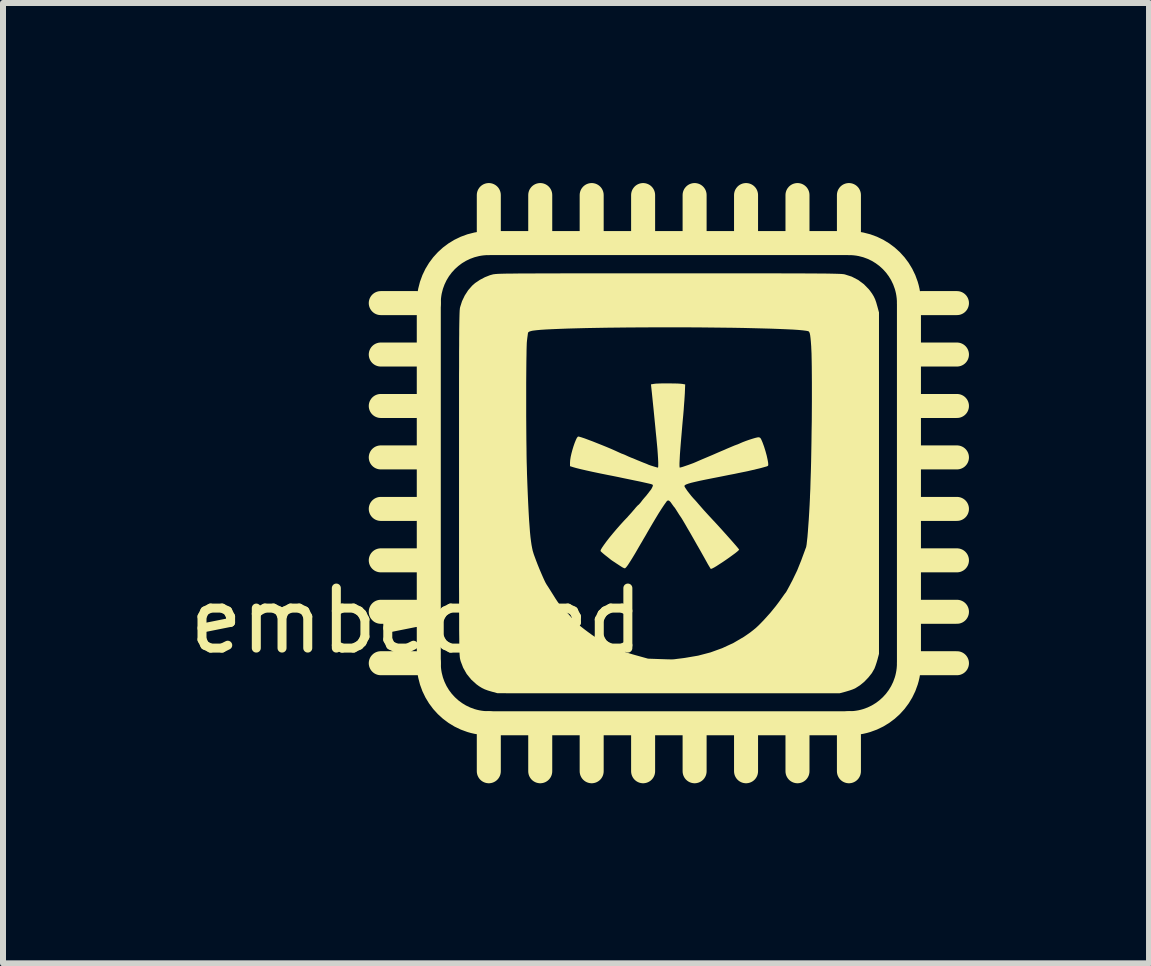
<source format=kicad_pcb>
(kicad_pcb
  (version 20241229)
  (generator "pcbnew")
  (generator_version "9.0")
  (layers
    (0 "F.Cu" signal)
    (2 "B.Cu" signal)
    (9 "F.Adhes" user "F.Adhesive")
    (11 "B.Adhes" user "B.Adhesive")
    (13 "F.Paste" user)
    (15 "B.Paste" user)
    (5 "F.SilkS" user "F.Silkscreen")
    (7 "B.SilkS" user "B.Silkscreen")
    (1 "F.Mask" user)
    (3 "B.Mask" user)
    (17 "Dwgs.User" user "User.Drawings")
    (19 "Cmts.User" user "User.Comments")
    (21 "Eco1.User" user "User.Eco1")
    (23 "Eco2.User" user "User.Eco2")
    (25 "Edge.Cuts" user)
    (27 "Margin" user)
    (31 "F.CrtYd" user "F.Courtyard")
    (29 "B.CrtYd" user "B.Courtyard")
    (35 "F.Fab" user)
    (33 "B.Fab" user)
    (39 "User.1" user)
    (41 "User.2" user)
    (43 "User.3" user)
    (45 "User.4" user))
  (footprint "embedded"
    (layer "F.Cu")
    (at 8.094 5)
    (property "Reference" "embedded" (at -4.207 2.293 0) (unlocked yes) (layer "F.SilkS") (effects (font (size 1 1) (thickness 0.15))))
    (attr board_only exclude_from_pos_files exclude_from_bom)
    (fp_line (start -4.8 -3) (end -4.2 -3) (stroke (width 0.4) (type solid)) (layer "F.SilkS"))
    (fp_line (start -4.8 -2.143) (end -4.2 -2.143) (stroke (width 0.4) (type solid)) (layer "F.SilkS"))
    (fp_line (start -4.8 -1.286) (end -4.2 -1.286) (stroke (width 0.4) (type solid)) (layer "F.SilkS"))
    (fp_line (start -4.8 -0.429) (end -4.2 -0.429) (stroke (width 0.4) (type solid)) (layer "F.SilkS"))
    (fp_line (start -4.8 0.429) (end -4.2 0.429) (stroke (width 0.4) (type solid)) (layer "F.SilkS"))
    (fp_line (start -4.8 1.286) (end -4.2 1.286) (stroke (width 0.4) (type solid)) (layer "F.SilkS"))
    (fp_line (start -4.8 2.143) (end -4.2 2.143) (stroke (width 0.4) (type solid)) (layer "F.SilkS"))
    (fp_line (start -4.8 3) (end -4.2 3) (stroke (width 0.4) (type solid)) (layer "F.SilkS"))
    (fp_line (start -4 -3) (end -4 3) (stroke (width 0.4) (type solid)) (layer "F.SilkS"))
    (fp_line (start -3 4) (end 3 4) (stroke (width 0.4) (type solid)) (layer "F.SilkS"))
    (fp_line (start -3 4.8) (end -3 4.2) (stroke (width 0.4) (type solid)) (layer "F.SilkS"))
    (fp_line (start -3 -4.8) (end -3 -4.2) (stroke (width 0.4) (type solid)) (layer "F.SilkS"))
    (fp_line (start -2.143 4.8) (end -2.143 4.2) (stroke (width 0.4) (type solid)) (layer "F.SilkS"))
    (fp_line (start -2.143 -4.8) (end -2.143 -4.2) (stroke (width 0.4) (type solid)) (layer "F.SilkS"))
    (fp_line (start -1.286 4.8) (end -1.286 4.2) (stroke (width 0.4) (type solid)) (layer "F.SilkS"))
    (fp_line (start -1.286 -4.8) (end -1.286 -4.2) (stroke (width 0.4) (type solid)) (layer "F.SilkS"))
    (fp_line (start -0.429 4.8) (end -0.429 4.2) (stroke (width 0.4) (type solid)) (layer "F.SilkS"))
    (fp_line (start -0.429 -4.8) (end -0.429 -4.2) (stroke (width 0.4) (type solid)) (layer "F.SilkS"))
    (fp_line (start 0.429 4.8) (end 0.429 4.2) (stroke (width 0.4) (type solid)) (layer "F.SilkS"))
    (fp_line (start 0.429 -4.8) (end 0.429 -4.2) (stroke (width 0.4) (type solid)) (layer "F.SilkS"))
    (fp_line (start 1.286 4.8) (end 1.286 4.2) (stroke (width 0.4) (type solid)) (layer "F.SilkS"))
    (fp_line (start 1.286 -4.8) (end 1.286 -4.2) (stroke (width 0.4) (type solid)) (layer "F.SilkS"))
    (fp_line (start 2.143 4.8) (end 2.143 4.2) (stroke (width 0.4) (type solid)) (layer "F.SilkS"))
    (fp_line (start 2.143 -4.8) (end 2.143 -4.2) (stroke (width 0.4) (type solid)) (layer "F.SilkS"))
    (fp_line (start 3 -4.8) (end 3 -4.2) (stroke (width 0.4) (type solid)) (layer "F.SilkS"))
    (fp_line (start 3 -4) (end -3 -4) (stroke (width 0.4) (type solid)) (layer "F.SilkS"))
    (fp_line (start 3 4.8) (end 3 4.2) (stroke (width 0.4) (type solid)) (layer "F.SilkS"))
    (fp_line (start 4 3) (end 4 -3) (stroke (width 0.4) (type solid)) (layer "F.SilkS"))
    (fp_line (start 4.8 -3) (end 4.2 -3) (stroke (width 0.4) (type solid)) (layer "F.SilkS"))
    (fp_line (start 4.8 -2.143) (end 4.2 -2.143) (stroke (width 0.4) (type solid)) (layer "F.SilkS"))
    (fp_line (start 4.8 -1.286) (end 4.2 -1.286) (stroke (width 0.4) (type solid)) (layer "F.SilkS"))
    (fp_line (start 4.8 -0.429) (end 4.2 -0.429) (stroke (width 0.4) (type solid)) (layer "F.SilkS"))
    (fp_line (start 4.8 0.429) (end 4.2 0.429) (stroke (width 0.4) (type solid)) (layer "F.SilkS"))
    (fp_line (start 4.8 1.286) (end 4.2 1.286) (stroke (width 0.4) (type solid)) (layer "F.SilkS"))
    (fp_line (start 4.8 2.143) (end 4.2 2.143) (stroke (width 0.4) (type solid)) (layer "F.SilkS"))
    (fp_line (start 4.8 3) (end 4.2 3) (stroke (width 0.4) (type solid)) (layer "F.SilkS"))
    (fp_arc (start -4 -2.999991) (mid -3.707108 -3.707096) (end -3.000003 -3.999988) (stroke (width 0.4) (type solid)) (layer "F.SilkS"))
    (fp_arc (start -3.000003 4.000006) (mid -3.707108 3.707114) (end -4 3.000009) (stroke (width 0.4) (type solid)) (layer "F.SilkS"))
    (fp_arc (start 3 -3.999991) (mid 3.707105 -3.707099) (end 3.999997 -2.999994) (stroke (width 0.4) (type solid)) (layer "F.SilkS"))
    (fp_arc (start 3.999997 3) (mid 3.707105 3.707105) (end 3 3.999997) (stroke (width 0.4) (type solid)) (layer "F.SilkS"))
    (fp_poly (pts (xy 0.019 -1.662) (xy 0.084 -1.661) (xy 0.143 -1.66) (xy 0.19 -1.657) (xy 0.222 -1.654) (xy 0.222 -1.654) (xy 0.272 -1.645) (xy 0.266 -1.493) (xy 0.263 -1.447) (xy 0.259 -1.383) (xy 0.253 -1.307) (xy 0.247 -1.22) (xy 0.239 -1.127) (xy 0.23 -1.031) (xy 0.223 -0.952) (xy 0.211 -0.811) (xy 0.2 -0.683) (xy 0.191 -0.571) (xy 0.184 -0.475) (xy 0.18 -0.395) (xy 0.177 -0.333) (xy 0.177 -0.289) (xy 0.179 -0.264) (xy 0.182 -0.259) (xy 0.2 -0.263) (xy 0.232 -0.272) (xy 0.273 -0.286) (xy 0.32 -0.302) (xy 0.367 -0.319) (xy 0.41 -0.335) (xy 0.443 -0.349) (xy 0.451 -0.352) (xy 0.466 -0.359) (xy 0.498 -0.373) (xy 0.542 -0.392) (xy 0.594 -0.414) (xy 0.653 -0.439) (xy 0.653 -0.439) (xy 0.722 -0.468) (xy 0.795 -0.5) (xy 0.867 -0.531) (xy 0.931 -0.558) (xy 0.964 -0.573) (xy 1.014 -0.594) (xy 1.059 -0.613) (xy 1.095 -0.628) (xy 1.117 -0.636) (xy 1.119 -0.637) (xy 1.145 -0.646) (xy 1.178 -0.66) (xy 1.186 -0.664) (xy 1.23 -0.683) (xy 1.282 -0.703) (xy 1.336 -0.722) (xy 1.389 -0.739) (xy 1.436 -0.753) (xy 1.473 -0.762) (xy 1.495 -0.765) (xy 1.496 -0.764) (xy 1.512 -0.761) (xy 1.524 -0.753) (xy 1.536 -0.735) (xy 1.55 -0.704) (xy 1.561 -0.678) (xy 1.586 -0.61) (xy 1.609 -0.536) (xy 1.63 -0.46) (xy 1.645 -0.391) (xy 1.653 -0.347) (xy 1.656 -0.315) (xy 1.655 -0.296) (xy 1.647 -0.286) (xy 1.63 -0.279) (xy 1.609 -0.273) (xy 1.573 -0.263) (xy 1.526 -0.25) (xy 1.472 -0.237) (xy 1.455 -0.233) (xy 1.421 -0.224) (xy 1.387 -0.217) (xy 1.352 -0.209) (xy 1.314 -0.2) (xy 1.271 -0.191) (xy 1.221 -0.181) (xy 1.162 -0.169) (xy 1.091 -0.154) (xy 1.007 -0.138) (xy 0.908 -0.118) (xy 0.792 -0.095) (xy 0.73 -0.083) (xy 0.615 -0.06) (xy 0.518 -0.04) (xy 0.439 -0.022) (xy 0.376 -0.007) (xy 0.328 0.007) (xy 0.294 0.019) (xy 0.272 0.03) (xy 0.261 0.041) (xy 0.259 0.048) (xy 0.265 0.064) (xy 0.283 0.092) (xy 0.308 0.129) (xy 0.34 0.17) (xy 0.373 0.212) (xy 0.407 0.251) (xy 0.42 0.265) (xy 0.437 0.283) (xy 0.463 0.312) (xy 0.492 0.346) (xy 0.499 0.354) (xy 0.581 0.448) (xy 0.665 0.54) (xy 0.731 0.611) (xy 0.773 0.656) (xy 0.82 0.707) (xy 0.871 0.763) (xy 0.923 0.821) (xy 0.974 0.878) (xy 1.024 0.934) (xy 1.069 0.985) (xy 1.108 1.03) (xy 1.139 1.066) (xy 1.16 1.092) (xy 1.17 1.106) (xy 1.171 1.107) (xy 1.162 1.119) (xy 1.139 1.14) (xy 1.104 1.168) (xy 1.059 1.201) (xy 1.008 1.238) (xy 0.954 1.276) (xy 0.898 1.314) (xy 0.844 1.349) (xy 0.795 1.381) (xy 0.753 1.406) (xy 0.721 1.422) (xy 0.701 1.429) (xy 0.7 1.43) (xy 0.693 1.421) (xy 0.679 1.398) (xy 0.659 1.365) (xy 0.644 1.339) (xy 0.601 1.261) (xy 0.556 1.181) (xy 0.511 1.101) (xy 0.467 1.025) (xy 0.427 0.954) (xy 0.391 0.891) (xy 0.362 0.84) (xy 0.34 0.802) (xy 0.331 0.787) (xy 0.307 0.746) (xy 0.279 0.697) (xy 0.255 0.656) (xy 0.232 0.617) (xy 0.21 0.581) (xy 0.193 0.556) (xy 0.192 0.554) (xy 0.174 0.528) (xy 0.152 0.493) (xy 0.135 0.466) (xy 0.116 0.436) (xy 0.101 0.413) (xy 0.094 0.404) (xy 0.084 0.393) (xy 0.068 0.371) (xy 0.053 0.35) (xy 0.025 0.311) (xy 0.002 0.291) (xy -0.017 0.288) (xy -0.035 0.301) (xy -0.038 0.305) (xy -0.078 0.361) (xy -0.122 0.427) (xy -0.171 0.504) (xy -0.226 0.595) (xy -0.289 0.701) (xy -0.36 0.823) (xy -0.366 0.834) (xy -0.39 0.876) (xy -0.415 0.918) (xy -0.435 0.952) (xy -0.435 0.953) (xy -0.455 0.987) (xy -0.48 1.029) (xy -0.502 1.067) (xy -0.558 1.164) (xy -0.608 1.247) (xy -0.65 1.314) (xy -0.684 1.366) (xy -0.71 1.4) (xy -0.728 1.417) (xy -0.733 1.419) (xy -0.751 1.414) (xy -0.775 1.402) (xy -0.808 1.381) (xy -0.846 1.356) (xy -0.886 1.33) (xy -0.922 1.306) (xy -0.949 1.288) (xy -0.963 1.278) (xy -0.978 1.266) (xy -1.004 1.245) (xy -1.038 1.218) (xy -1.059 1.202) (xy -1.093 1.174) (xy -1.12 1.15) (xy -1.136 1.134) (xy -1.139 1.129) (xy -1.133 1.108) (xy -1.113 1.074) (xy -1.082 1.029) (xy -1.042 0.974) (xy -0.994 0.912) (xy -0.939 0.845) (xy -0.879 0.774) (xy -0.816 0.702) (xy -0.751 0.63) (xy -0.685 0.561) (xy -0.685 0.56) (xy -0.657 0.529) (xy -0.622 0.49) (xy -0.587 0.449) (xy -0.577 0.438) (xy -0.55 0.405) (xy -0.527 0.38) (xy -0.512 0.365) (xy -0.508 0.363) (xy -0.499 0.355) (xy -0.481 0.335) (xy -0.463 0.313) (xy -0.438 0.28) (xy -0.413 0.25) (xy -0.4 0.235) (xy -0.377 0.209) (xy -0.352 0.177) (xy -0.345 0.169) (xy -0.327 0.144) (xy -0.314 0.128) (xy -0.311 0.124) (xy -0.296 0.105) (xy -0.281 0.078) (xy -0.269 0.051) (xy -0.267 0.045) (xy -0.267 0.031) (xy -0.277 0.022) (xy -0.302 0.014) (xy -0.31 0.012) (xy -0.349 0.003) (xy -0.407 -0.01) (xy -0.478 -0.026) (xy -0.562 -0.043) (xy -0.653 -0.062) (xy -0.75 -0.082) (xy -0.849 -0.103) (xy -0.948 -0.123) (xy -1.01 -0.135) (xy -1.149 -0.163) (xy -1.273 -0.189) (xy -1.381 -0.213) (xy -1.472 -0.234) (xy -1.544 -0.252) (xy -1.593 -0.266) (xy -1.647 -0.283) (xy -1.647 -0.342) (xy -1.644 -0.385) (xy -1.636 -0.437) (xy -1.623 -0.495) (xy -1.607 -0.555) (xy -1.589 -0.614) (xy -1.57 -0.669) (xy -1.551 -0.716) (xy -1.534 -0.752) (xy -1.518 -0.773) (xy -1.51 -0.777) (xy -1.489 -0.773) (xy -1.452 -0.762) (xy -1.401 -0.745) (xy -1.34 -0.722) (xy -1.27 -0.696) (xy -1.195 -0.666) (xy -1.117 -0.635) (xy -1.038 -0.603) (xy -0.962 -0.571) (xy -0.892 -0.54) (xy -0.842 -0.517) (xy -0.809 -0.502) (xy -0.784 -0.491) (xy -0.772 -0.487) (xy -0.772 -0.487) (xy -0.761 -0.483) (xy -0.736 -0.473) (xy -0.712 -0.462) (xy -0.669 -0.442) (xy -0.621 -0.422) (xy -0.601 -0.415) (xy -0.561 -0.398) (xy -0.521 -0.381) (xy -0.503 -0.374) (xy -0.467 -0.359) (xy -0.425 -0.342) (xy -0.409 -0.336) (xy -0.378 -0.324) (xy -0.354 -0.314) (xy -0.347 -0.31) (xy -0.333 -0.305) (xy -0.306 -0.295) (xy -0.271 -0.284) (xy -0.235 -0.273) (xy -0.204 -0.264) (xy -0.185 -0.259) (xy -0.182 -0.259) (xy -0.178 -0.269) (xy -0.177 -0.298) (xy -0.177 -0.346) (xy -0.18 -0.41) (xy -0.185 -0.49) (xy -0.191 -0.573) (xy -0.195 -0.617) (xy -0.201 -0.679) (xy -0.208 -0.755) (xy -0.217 -0.842) (xy -0.226 -0.937) (xy -0.236 -1.038) (xy -0.246 -1.14) (xy -0.256 -1.241) (xy -0.266 -1.338) (xy -0.275 -1.427) (xy -0.283 -1.505) (xy -0.29 -1.57) (xy -0.294 -1.608) (xy -0.298 -1.646) (xy -0.25 -1.654) (xy -0.219 -1.658) (xy -0.173 -1.66) (xy -0.114 -1.662) (xy -0.049 -1.662)) (stroke (width 0) (type solid)) (fill yes) (layer "F.SilkS"))
    (fp_poly (pts (xy 0.288 -3.496) (xy 0.556 -3.496) (xy 0.805 -3.496) (xy 1.035 -3.496) (xy 1.248 -3.496) (xy 1.443 -3.496) (xy 1.623 -3.496) (xy 1.786 -3.496) (xy 1.935 -3.495) (xy 2.07 -3.495) (xy 2.192 -3.495) (xy 2.301 -3.494) (xy 2.398 -3.494) (xy 2.484 -3.493) (xy 2.56 -3.493) (xy 2.626 -3.492) (xy 2.683 -3.491) (xy 2.732 -3.49) (xy 2.774 -3.489) (xy 2.809 -3.488) (xy 2.838 -3.487) (xy 2.862 -3.486) (xy 2.882 -3.485) (xy 2.898 -3.483) (xy 2.911 -3.482) (xy 2.922 -3.48) (xy 2.931 -3.478) (xy 2.935 -3.477) (xy 3.047 -3.441) (xy 3.153 -3.386) (xy 3.249 -3.315) (xy 3.331 -3.231) (xy 3.351 -3.206) (xy 3.387 -3.156) (xy 3.414 -3.111) (xy 3.436 -3.065) (xy 3.455 -3.011) (xy 3.474 -2.944) (xy 3.475 -2.941) (xy 3.501 -2.844) (xy 3.501 2.844) (xy 3.475 2.942) (xy 3.46 2.992) (xy 3.444 3.04) (xy 3.429 3.08) (xy 3.424 3.092) (xy 3.382 3.165) (xy 3.324 3.238) (xy 3.257 3.308) (xy 3.184 3.368) (xy 3.11 3.415) (xy 3.092 3.424) (xy 3.058 3.438) (xy 3.012 3.454) (xy 2.962 3.469) (xy 2.942 3.475) (xy 2.844 3.501) (xy -0.005 3.501) (xy -2.854 3.5) (xy -2.946 3.475) (xy -3.014 3.455) (xy -3.068 3.435) (xy -3.115 3.412) (xy -3.162 3.383) (xy -3.206 3.351) (xy -3.293 3.272) (xy -3.368 3.18) (xy -3.427 3.076) (xy -3.469 2.966) (xy -3.477 2.935) (xy -3.479 2.926) (xy -3.481 2.916) (xy -3.482 2.905) (xy -3.484 2.89) (xy -3.485 2.873) (xy -3.487 2.851) (xy -3.488 2.825) (xy -3.489 2.793) (xy -3.49 2.754) (xy -3.491 2.709) (xy -3.492 2.656) (xy -3.492 2.595) (xy -3.493 2.524) (xy -3.494 2.443) (xy -3.494 2.351) (xy -3.494 2.248) (xy -3.495 2.133) (xy -3.495 2.005) (xy -3.495 1.863) (xy -3.496 1.707) (xy -3.496 1.536) (xy -3.496 1.349) (xy -3.496 1.145) (xy -3.496 0.924) (xy -3.496 0.684) (xy -3.496 0.426) (xy -3.496 0.148) (xy -3.496 0) (xy -3.496 -0.288) (xy -3.496 -0.556) (xy -3.496 -0.805) (xy -3.496 -1.035) (xy -3.496 -1.248) (xy -3.496 -1.403) (xy -2.377 -1.403) (xy -2.377 -1.262) (xy -2.377 -1.12) (xy -2.376 -0.979) (xy -2.375 -0.841) (xy -2.374 -0.707) (xy -2.372 -0.58) (xy -2.371 -0.462) (xy -2.369 -0.353) (xy -2.366 -0.256) (xy -2.364 -0.173) (xy -2.364 -0.166) (xy -2.357 0.027) (xy -2.35 0.199) (xy -2.343 0.354) (xy -2.336 0.491) (xy -2.329 0.613) (xy -2.321 0.72) (xy -2.314 0.814) (xy -2.306 0.896) (xy -2.297 0.967) (xy -2.288 1.029) (xy -2.278 1.082) (xy -2.268 1.128) (xy -2.263 1.144) (xy -2.251 1.184) (xy -2.232 1.236) (xy -2.209 1.298) (xy -2.183 1.365) (xy -2.155 1.434) (xy -2.126 1.502) (xy -2.099 1.564) (xy -2.075 1.617) (xy -2.055 1.658) (xy -2.041 1.683) (xy -2.026 1.706) (xy -2.002 1.743) (xy -1.973 1.789) (xy -1.941 1.84) (xy -1.922 1.87) (xy -1.891 1.92) (xy -1.862 1.964) (xy -1.837 2) (xy -1.82 2.023) (xy -1.814 2.03) (xy -1.801 2.043) (xy -1.778 2.068) (xy -1.745 2.103) (xy -1.706 2.146) (xy -1.663 2.193) (xy -1.659 2.198) (xy -1.605 2.257) (xy -1.559 2.305) (xy -1.515 2.347) (xy -1.468 2.387) (xy -1.414 2.43) (xy -1.354 2.475) (xy -1.291 2.521) (xy -1.237 2.559) (xy -1.186 2.592) (xy -1.133 2.623) (xy -1.073 2.655) (xy -1.001 2.692) (xy -0.979 2.703) (xy -0.906 2.738) (xy -0.847 2.766) (xy -0.795 2.789) (xy -0.746 2.808) (xy -0.693 2.825) (xy -0.632 2.844) (xy -0.559 2.865) (xy -0.347 2.924) (xy -0.15 2.931) (xy -0.086 2.933) (xy -0.028 2.935) (xy 0.022 2.936) (xy 0.058 2.936) (xy 0.078 2.935) (xy 0.098 2.933) (xy 0.135 2.928) (xy 0.184 2.922) (xy 0.241 2.915) (xy 0.275 2.91) (xy 0.487 2.874) (xy 0.693 2.82) (xy 0.889 2.749) (xy 1.075 2.663) (xy 1.249 2.561) (xy 1.296 2.529) (xy 1.356 2.487) (xy 1.406 2.448) (xy 1.452 2.41) (xy 1.498 2.367) (xy 1.549 2.315) (xy 1.589 2.273) (xy 1.69 2.161) (xy 1.782 2.048) (xy 1.837 1.975) (xy 1.871 1.927) (xy 1.901 1.885) (xy 1.925 1.851) (xy 1.941 1.83) (xy 1.947 1.823) (xy 1.954 1.813) (xy 1.969 1.787) (xy 1.99 1.748) (xy 2.016 1.7) (xy 2.045 1.644) (xy 2.052 1.632) (xy 2.137 1.456) (xy 2.206 1.285) (xy 2.212 1.268) (xy 2.233 1.211) (xy 2.252 1.16) (xy 2.267 1.119) (xy 2.277 1.091) (xy 2.282 1.08) (xy 2.288 1.061) (xy 2.295 1.023) (xy 2.301 0.968) (xy 2.309 0.897) (xy 2.316 0.812) (xy 2.323 0.715) (xy 2.331 0.607) (xy 2.338 0.491) (xy 2.345 0.367) (xy 2.351 0.238) (xy 2.351 0.223) (xy 2.357 0.095) (xy 2.361 -0.046) (xy 2.366 -0.196) (xy 2.37 -0.354) (xy 2.373 -0.519) (xy 2.376 -0.688) (xy 2.378 -0.858) (xy 2.381 -1.029) (xy 2.382 -1.198) (xy 2.383 -1.364) (xy 2.383 -1.523) (xy 2.383 -1.674) (xy 2.382 -1.816) (xy 2.381 -1.946) (xy 2.379 -2.062) (xy 2.377 -2.162) (xy 2.373 -2.244) (xy 2.372 -2.274) (xy 2.366 -2.356) (xy 2.36 -2.419) (xy 2.354 -2.466) (xy 2.347 -2.499) (xy 2.338 -2.519) (xy 2.327 -2.53) (xy 2.323 -2.532) (xy 2.287 -2.539) (xy 2.232 -2.546) (xy 2.158 -2.553) (xy 2.068 -2.559) (xy 1.961 -2.564) (xy 1.841 -2.569) (xy 1.707 -2.574) (xy 1.561 -2.578) (xy 1.405 -2.582) (xy 1.239 -2.586) (xy 1.065 -2.589) (xy 0.884 -2.591) (xy 0.697 -2.593) (xy 0.506 -2.595) (xy 0.311 -2.596) (xy 0.115 -2.596) (xy -0.082 -2.596) (xy -0.278 -2.596) (xy -0.473 -2.595) (xy -0.664 -2.594) (xy -0.851 -2.592) (xy -1.033 -2.59) (xy -1.207 -2.587) (xy -1.374 -2.584) (xy -1.531 -2.58) (xy -1.678 -2.576) (xy -1.813 -2.571) (xy -1.934 -2.566) (xy -2.042 -2.561) (xy -2.134 -2.555) (xy -2.208 -2.548) (xy -2.265 -2.541) (xy -2.286 -2.537) (xy -2.324 -2.526) (xy -2.344 -2.512) (xy -2.345 -2.509) (xy -2.349 -2.492) (xy -2.353 -2.459) (xy -2.359 -2.416) (xy -2.364 -2.372) (xy -2.367 -2.339) (xy -2.369 -2.286) (xy -2.371 -2.217) (xy -2.372 -2.132) (xy -2.374 -2.033) (xy -2.375 -1.923) (xy -2.376 -1.804) (xy -2.377 -1.676) (xy -2.377 -1.542) (xy -2.377 -1.403) (xy -3.496 -1.403) (xy -3.496 -1.443) (xy -3.496 -1.623) (xy -3.496 -1.786) (xy -3.495 -1.935) (xy -3.495 -2.07) (xy -3.495 -2.192) (xy -3.494 -2.301) (xy -3.494 -2.398) (xy -3.493 -2.484) (xy -3.493 -2.56) (xy -3.492 -2.626) (xy -3.491 -2.683) (xy -3.49 -2.732) (xy -3.489 -2.774) (xy -3.488 -2.809) (xy -3.487 -2.838) (xy -3.486 -2.862) (xy -3.485 -2.882) (xy -3.483 -2.898) (xy -3.482 -2.911) (xy -3.48 -2.922) (xy -3.478 -2.931) (xy -3.477 -2.935) (xy -3.446 -3.032) (xy -3.401 -3.126) (xy -3.344 -3.214) (xy -3.278 -3.29) (xy -3.228 -3.334) (xy -3.151 -3.386) (xy -3.066 -3.431) (xy -2.98 -3.465) (xy -2.936 -3.477) (xy -2.927 -3.479) (xy -2.917 -3.481) (xy -2.905 -3.482) (xy -2.891 -3.484) (xy -2.874 -3.485) (xy -2.852 -3.487) (xy -2.826 -3.488) (xy -2.794 -3.489) (xy -2.756 -3.49) (xy -2.711 -3.491) (xy -2.659 -3.492) (xy -2.598 -3.492) (xy -2.527 -3.493) (xy -2.447 -3.494) (xy -2.356 -3.494) (xy -2.254 -3.494) (xy -2.139 -3.495) (xy -2.012 -3.495) (xy -1.871 -3.495) (xy -1.716 -3.496) (xy -1.545 -3.496) (xy -1.359 -3.496) (xy -1.156 -3.496) (xy -0.935 -3.496) (xy -0.697 -3.496) (xy -0.44 -3.496) (xy -0.163 -3.496) (xy 0 -3.496)) (stroke (width 0) (type solid)) (fill yes) (layer "F.SilkS")))
  (gr_rect
    (start -3 -3)
    (end 16.094 13)
    (stroke (width 0.1) (type default))
    (fill no)
    (layer "Edge.Cuts")))
</source>
